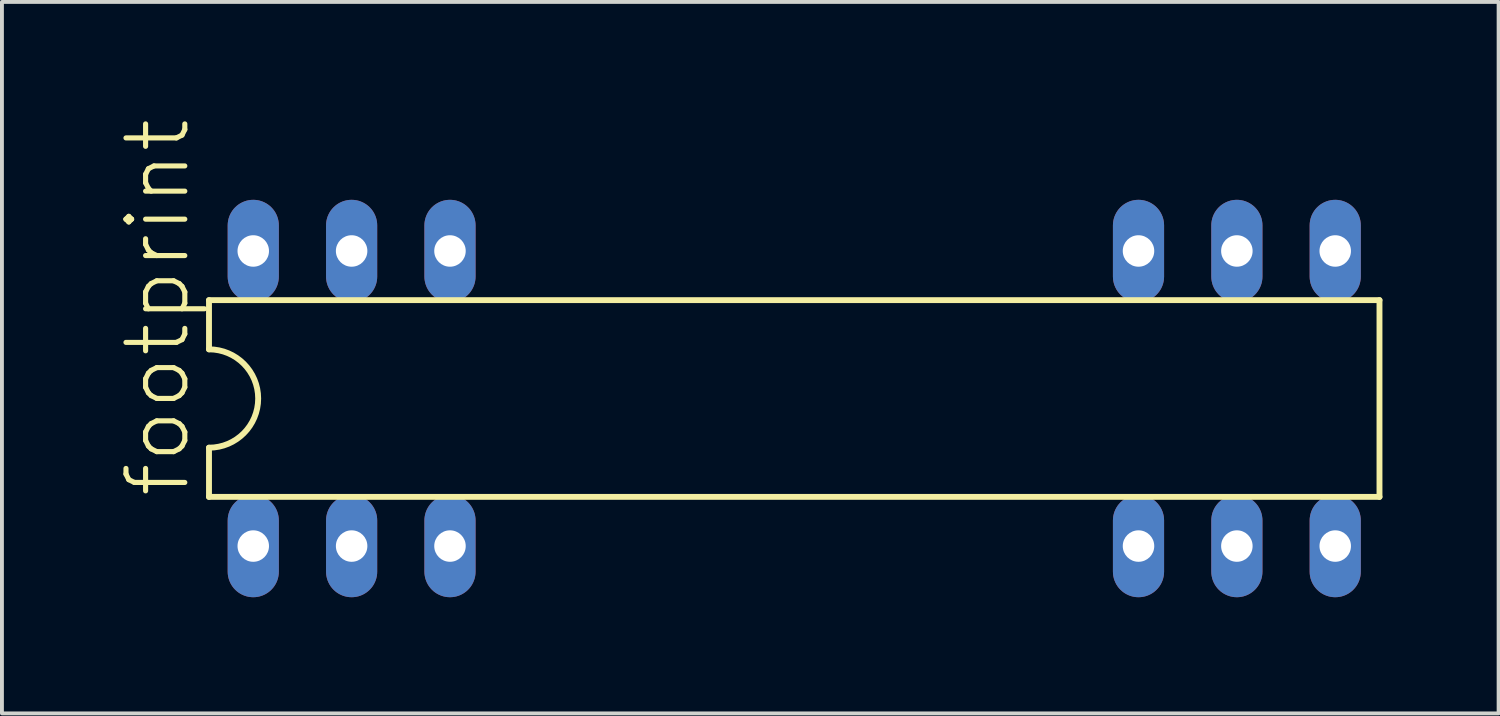
<source format=kicad_pcb>
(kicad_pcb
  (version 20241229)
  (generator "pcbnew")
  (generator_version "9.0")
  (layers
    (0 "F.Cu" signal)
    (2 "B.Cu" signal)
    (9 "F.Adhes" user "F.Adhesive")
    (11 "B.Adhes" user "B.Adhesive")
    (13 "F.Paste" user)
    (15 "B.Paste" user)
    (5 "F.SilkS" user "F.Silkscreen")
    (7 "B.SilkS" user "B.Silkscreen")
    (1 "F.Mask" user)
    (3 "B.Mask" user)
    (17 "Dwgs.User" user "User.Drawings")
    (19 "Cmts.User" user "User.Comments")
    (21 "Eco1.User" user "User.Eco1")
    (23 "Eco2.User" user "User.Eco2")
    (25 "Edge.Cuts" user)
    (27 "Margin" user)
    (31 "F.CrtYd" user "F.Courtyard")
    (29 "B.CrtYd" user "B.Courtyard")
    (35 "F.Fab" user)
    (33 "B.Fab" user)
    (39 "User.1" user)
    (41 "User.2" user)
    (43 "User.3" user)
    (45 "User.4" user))
  (footprint "footprint"
    (layer "F.Cu")
    (at 17.46 7.241)
    (property "Reference" "footprint" (at -15.545 2.616 90) (layer "F.SilkS") (effects (font (size 1.519 1.519) (thickness 0.132)) (justify left bottom)))
    (fp_line (start -15.113 -2.54) (end -15.113 -1.27) (stroke (width 0.152) (type solid)) (layer "F.SilkS"))
    (fp_line (start -15.113 1.27) (end -15.113 2.54) (stroke (width 0.152) (type solid)) (layer "F.SilkS"))
    (fp_line (start -15.113 2.54) (end 15.113 2.54) (stroke (width 0.152) (type solid)) (layer "F.SilkS"))
    (fp_line (start 15.113 -2.54) (end -15.113 -2.54) (stroke (width 0.152) (type solid)) (layer "F.SilkS"))
    (fp_line (start 15.113 2.54) (end 15.113 -2.54) (stroke (width 0.152) (type solid)) (layer "F.SilkS"))
    (fp_arc (start -15.113 -1.27) (mid -13.843 0) (end -15.113 1.27) (stroke (width 0.1524) (type solid)) (layer "F.SilkS"))
    (pad "1" thru_hole oval (at -13.97 3.81 90) (size 2.642 1.321) (drill 0.813) (layers "*.Cu" "*.Mask"))
    (pad "2" thru_hole oval (at -11.43 3.81 90) (size 2.642 1.321) (drill 0.813) (layers "*.Cu" "*.Mask"))
    (pad "3" thru_hole oval (at -8.89 3.81 90) (size 2.642 1.321) (drill 0.813) (layers "*.Cu" "*.Mask"))
    (pad "10" thru_hole oval (at 8.89 3.81 90) (size 2.642 1.321) (drill 0.813) (layers "*.Cu" "*.Mask"))
    (pad "11" thru_hole oval (at 11.43 3.81 90) (size 2.642 1.321) (drill 0.813) (layers "*.Cu" "*.Mask"))
    (pad "12" thru_hole oval (at 13.97 3.81 90) (size 2.642 1.321) (drill 0.813) (layers "*.Cu" "*.Mask"))
    (pad "13" thru_hole oval (at 13.97 -3.81 90) (size 2.642 1.321) (drill 0.813) (layers "*.Cu" "*.Mask"))
    (pad "14" thru_hole oval (at 11.43 -3.81 90) (size 2.642 1.321) (drill 0.813) (layers "*.Cu" "*.Mask"))
    (pad "15" thru_hole oval (at 8.89 -3.81 90) (size 2.642 1.321) (drill 0.813) (layers "*.Cu" "*.Mask"))
    (pad "22" thru_hole oval (at -8.89 -3.81 90) (size 2.642 1.321) (drill 0.813) (layers "*.Cu" "*.Mask"))
    (pad "23" thru_hole oval (at -11.43 -3.81 90) (size 2.642 1.321) (drill 0.813) (layers "*.Cu" "*.Mask"))
    (pad "24" thru_hole oval (at -13.97 -3.81 90) (size 2.642 1.321) (drill 0.813) (layers "*.Cu" "*.Mask")))
  (gr_rect
    (start -3 -3)
    (end 35.649 15.372)
    (stroke (width 0.1) (type default))
    (fill no)
    (layer "Edge.Cuts")))
</source>
